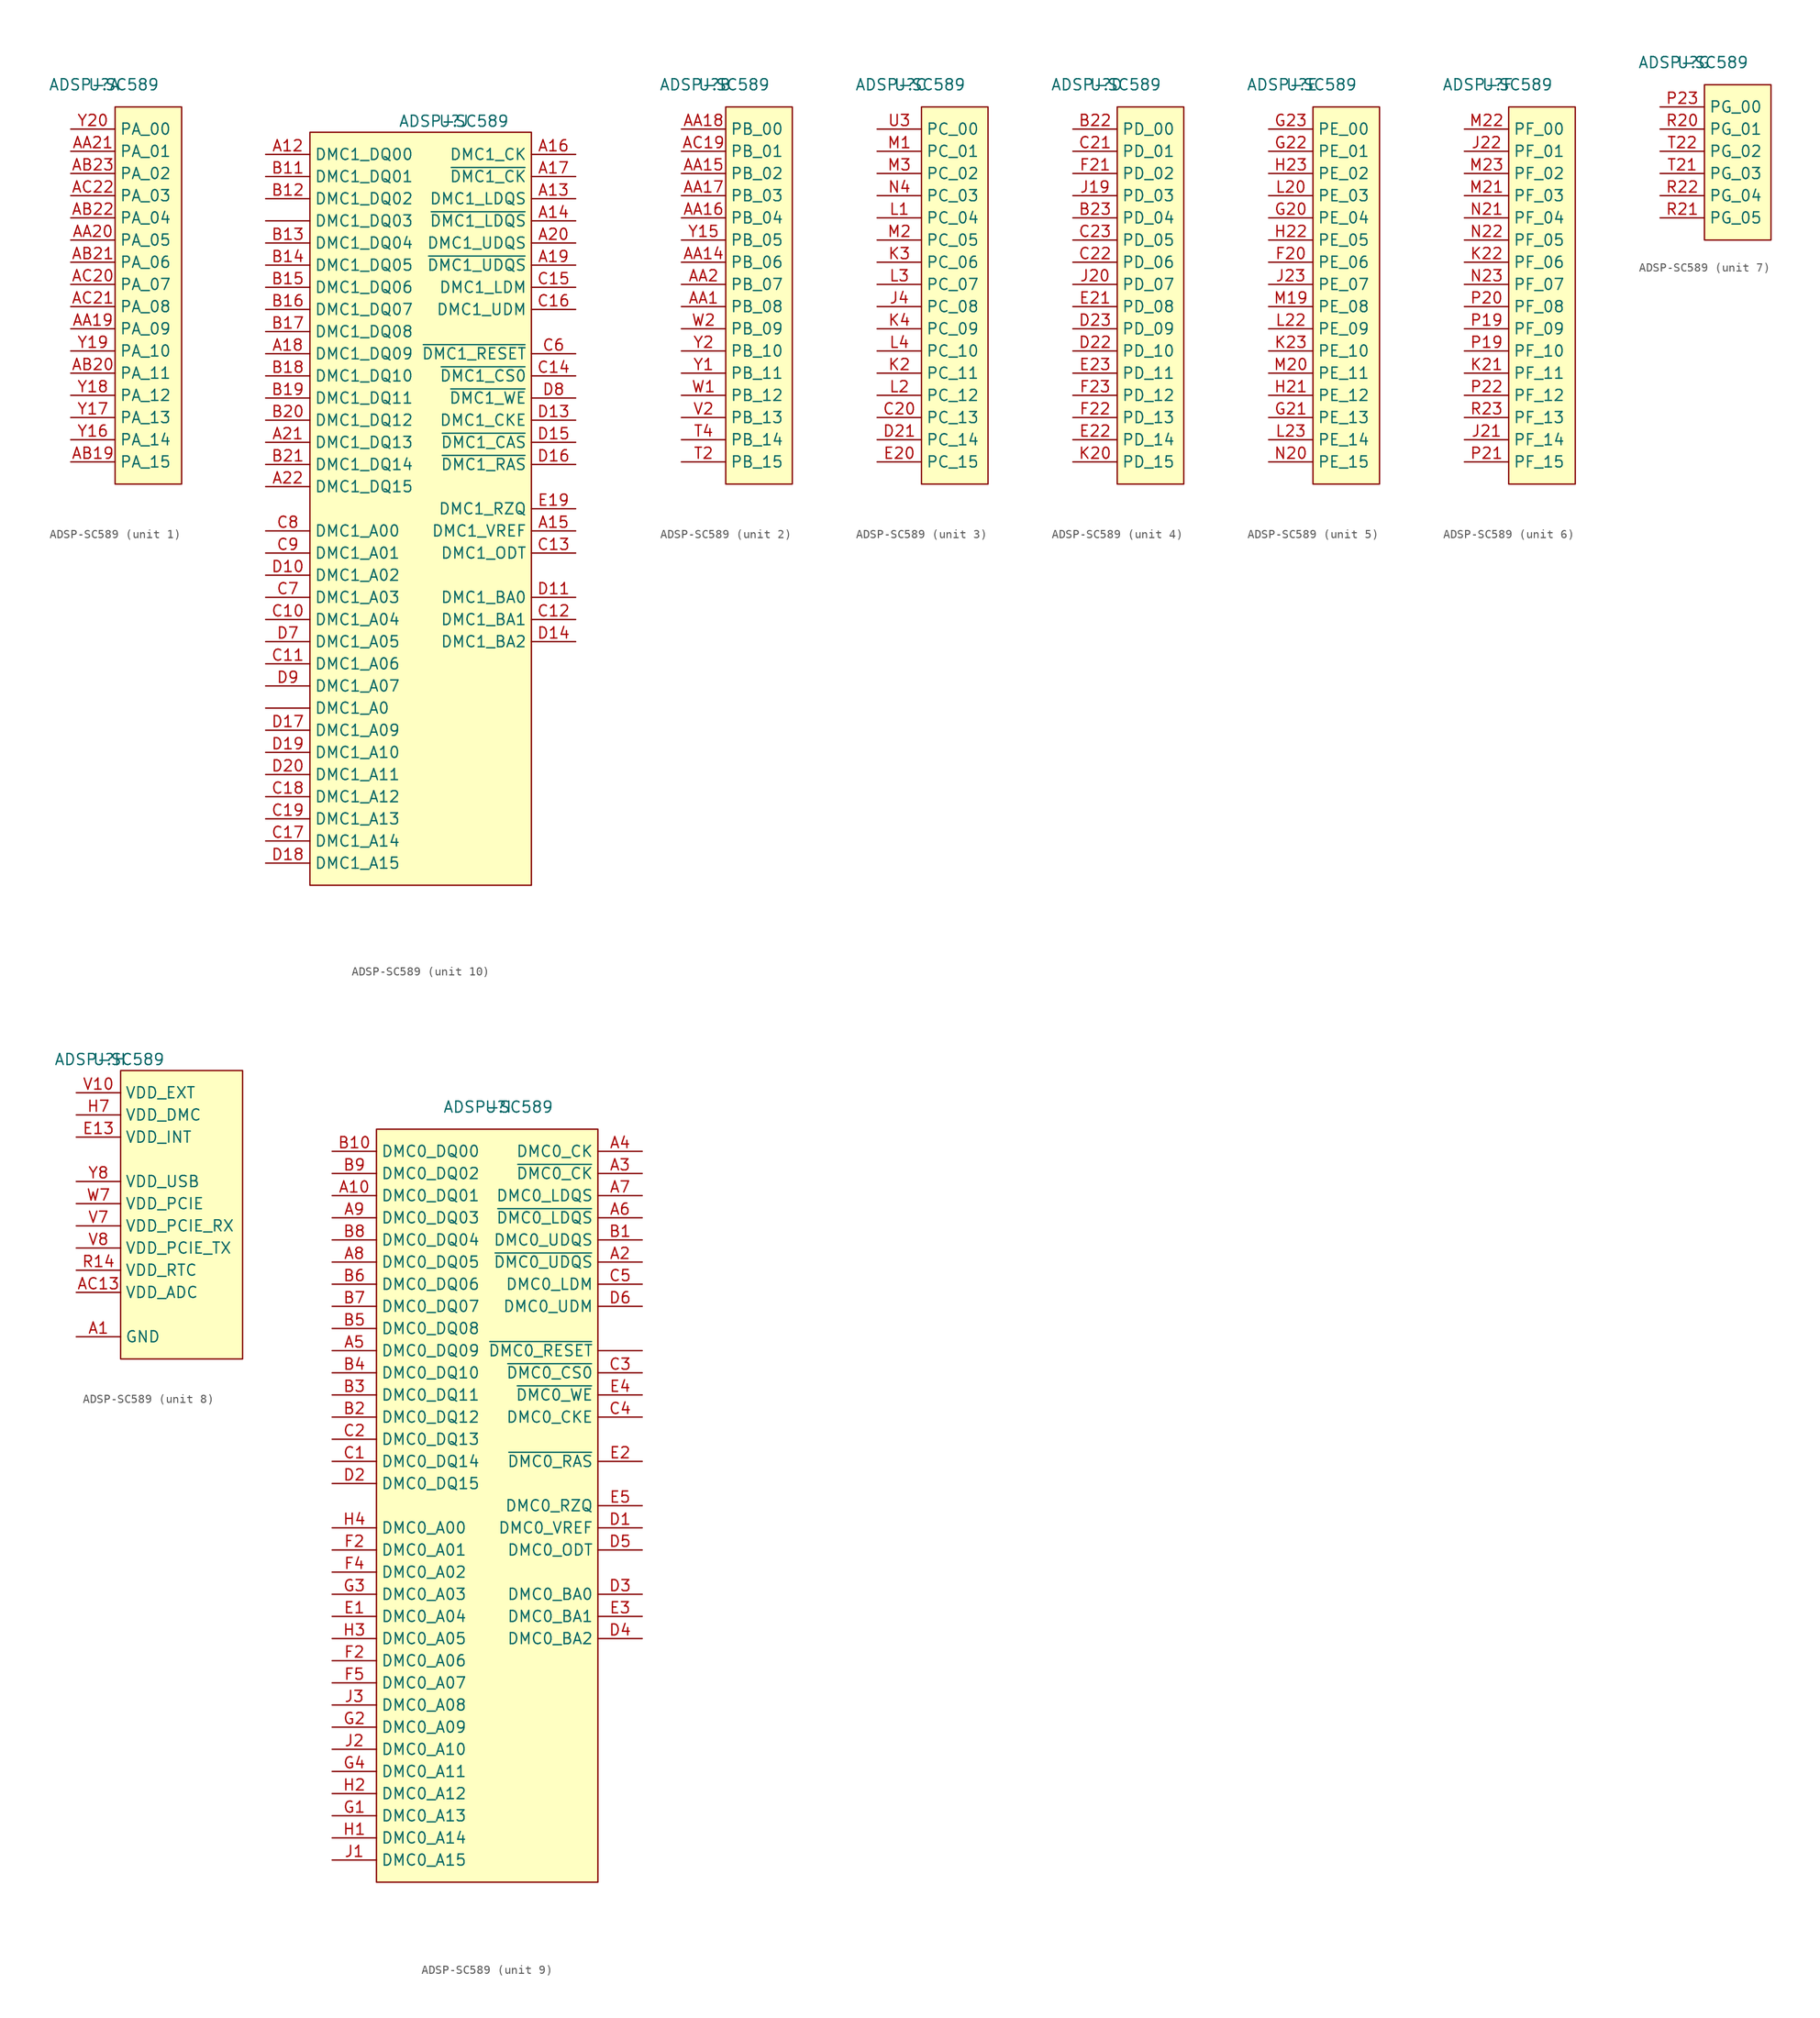
<source format=kicad_sym>
(kicad_symbol_lib
  (version 20231120)
  (generator "kicad_symbol_editor")
  (generator_version "8.0")
  (symbol "ADSP-SC589"
    (property "Reference" "U"
      (at 0 0 0)
      (effects (font (size 1.27 1.27))))
    (property "Value" "ADSP-SC589"
      (at 0 0 0)
      (effects (font (size 1.27 1.27))))
    (property "ki_locked" ""
      (at 0 0 0)
      (effects (font (size 1.27 1.27))))
    (symbol "ADSP-SC589_1_1"
      (rectangle (start 1.27 -2.54) (end 8.89 -45.72) (stroke (width 0.152) (type default)) (fill (type background)))
      (pin passive line (at -3.81 -27.94 0) (length 5.08) (name "PA_09" (effects (font (size 1.27 1.27)))) (number "AA19" (effects (font (size 1.27 1.27)))))
      (pin passive line (at -3.81 -17.78 0) (length 5.08) (name "PA_05" (effects (font (size 1.27 1.27)))) (number "AA20" (effects (font (size 1.27 1.27)))))
      (pin passive line (at -3.81 -7.62 0) (length 5.08) (name "PA_01" (effects (font (size 1.27 1.27)))) (number "AA21" (effects (font (size 1.27 1.27)))))
      (pin passive line (at -3.81 -43.18 0) (length 5.08) (name "PA_15" (effects (font (size 1.27 1.27)))) (number "AB19" (effects (font (size 1.27 1.27)))))
      (pin passive line (at -3.81 -33.02 0) (length 5.08) (name "PA_11" (effects (font (size 1.27 1.27)))) (number "AB20" (effects (font (size 1.27 1.27)))))
      (pin passive line (at -3.81 -20.32 0) (length 5.08) (name "PA_06" (effects (font (size 1.27 1.27)))) (number "AB21" (effects (font (size 1.27 1.27)))))
      (pin passive line (at -3.81 -15.24 0) (length 5.08) (name "PA_04" (effects (font (size 1.27 1.27)))) (number "AB22" (effects (font (size 1.27 1.27)))))
      (pin passive line (at -3.81 -10.16 0) (length 5.08) (name "PA_02" (effects (font (size 1.27 1.27)))) (number "AB23" (effects (font (size 1.27 1.27)))))
      (pin passive line (at -3.81 -22.86 0) (length 5.08) (name "PA_07" (effects (font (size 1.27 1.27)))) (number "AC20" (effects (font (size 1.27 1.27)))))
      (pin passive line (at -3.81 -25.4 0) (length 5.08) (name "PA_08" (effects (font (size 1.27 1.27)))) (number "AC21" (effects (font (size 1.27 1.27)))))
      (pin passive line (at -3.81 -12.7 0) (length 5.08) (name "PA_03" (effects (font (size 1.27 1.27)))) (number "AC22" (effects (font (size 1.27 1.27)))))
      (pin passive line (at -3.81 -40.64 0) (length 5.08) (name "PA_14" (effects (font (size 1.27 1.27)))) (number "Y16" (effects (font (size 1.27 1.27)))))
      (pin passive line (at -3.81 -38.1 0) (length 5.08) (name "PA_13" (effects (font (size 1.27 1.27)))) (number "Y17" (effects (font (size 1.27 1.27)))))
      (pin passive line (at -3.81 -35.56 0) (length 5.08) (name "PA_12" (effects (font (size 1.27 1.27)))) (number "Y18" (effects (font (size 1.27 1.27)))))
      (pin passive line (at -3.81 -30.48 0) (length 5.08) (name "PA_10" (effects (font (size 1.27 1.27)))) (number "Y19" (effects (font (size 1.27 1.27)))))
      (pin passive line (at -3.81 -5.08 0) (length 5.08) (name "PA_00" (effects (font (size 1.27 1.27)))) (number "Y20" (effects (font (size 1.27 1.27))))))
    (symbol "ADSP-SC589_2_1"
      (rectangle (start 1.27 -2.54) (end 8.89 -45.72) (stroke (width 0.152) (type default)) (fill (type background)))
      (pin passive line (at -3.81 -25.4 0) (length 5.08) (name "PB_08" (effects (font (size 1.27 1.27)))) (number "AA1" (effects (font (size 1.27 1.27)))))
      (pin passive line (at -3.81 -20.32 0) (length 5.08) (name "PB_06" (effects (font (size 1.27 1.27)))) (number "AA14" (effects (font (size 1.27 1.27)))))
      (pin passive line (at -3.81 -10.16 0) (length 5.08) (name "PB_02" (effects (font (size 1.27 1.27)))) (number "AA15" (effects (font (size 1.27 1.27)))))
      (pin passive line (at -3.81 -15.24 0) (length 5.08) (name "PB_04" (effects (font (size 1.27 1.27)))) (number "AA16" (effects (font (size 1.27 1.27)))))
      (pin passive line (at -3.81 -12.7 0) (length 5.08) (name "PB_03" (effects (font (size 1.27 1.27)))) (number "AA17" (effects (font (size 1.27 1.27)))))
      (pin passive line (at -3.81 -5.08 0) (length 5.08) (name "PB_00" (effects (font (size 1.27 1.27)))) (number "AA18" (effects (font (size 1.27 1.27)))))
      (pin passive line (at -3.81 -22.86 0) (length 5.08) (name "PB_07" (effects (font (size 1.27 1.27)))) (number "AA2" (effects (font (size 1.27 1.27)))))
      (pin passive line (at -3.81 -7.62 0) (length 5.08) (name "PB_01" (effects (font (size 1.27 1.27)))) (number "AC19" (effects (font (size 1.27 1.27)))))
      (pin passive line (at -3.81 -43.18 0) (length 5.08) (name "PB_15" (effects (font (size 1.27 1.27)))) (number "T2" (effects (font (size 1.27 1.27)))))
      (pin passive line (at -3.81 -40.64 0) (length 5.08) (name "PB_14" (effects (font (size 1.27 1.27)))) (number "T4" (effects (font (size 1.27 1.27)))))
      (pin passive line (at -3.81 -38.1 0) (length 5.08) (name "PB_13" (effects (font (size 1.27 1.27)))) (number "V2" (effects (font (size 1.27 1.27)))))
      (pin passive line (at -3.81 -35.56 0) (length 5.08) (name "PB_12" (effects (font (size 1.27 1.27)))) (number "W1" (effects (font (size 1.27 1.27)))))
      (pin passive line (at -3.81 -27.94 0) (length 5.08) (name "PB_09" (effects (font (size 1.27 1.27)))) (number "W2" (effects (font (size 1.27 1.27)))))
      (pin passive line (at -3.81 -33.02 0) (length 5.08) (name "PB_11" (effects (font (size 1.27 1.27)))) (number "Y1" (effects (font (size 1.27 1.27)))))
      (pin passive line (at -3.81 -17.78 0) (length 5.08) (name "PB_05" (effects (font (size 1.27 1.27)))) (number "Y15" (effects (font (size 1.27 1.27)))))
      (pin passive line (at -3.81 -30.48 0) (length 5.08) (name "PB_10" (effects (font (size 1.27 1.27)))) (number "Y2" (effects (font (size 1.27 1.27))))))
    (symbol "ADSP-SC589_3_1"
      (rectangle (start 1.27 -2.54) (end 8.89 -45.72) (stroke (width 0.152) (type default)) (fill (type background)))
      (pin passive line (at -3.81 -38.1 0) (length 5.08) (name "PC_13" (effects (font (size 1.27 1.27)))) (number "C20" (effects (font (size 1.27 1.27)))))
      (pin passive line (at -3.81 -40.64 0) (length 5.08) (name "PC_14" (effects (font (size 1.27 1.27)))) (number "D21" (effects (font (size 1.27 1.27)))))
      (pin passive line (at -3.81 -43.18 0) (length 5.08) (name "PC_15" (effects (font (size 1.27 1.27)))) (number "E20" (effects (font (size 1.27 1.27)))))
      (pin passive line (at -3.81 -25.4 0) (length 5.08) (name "PC_08" (effects (font (size 1.27 1.27)))) (number "J4" (effects (font (size 1.27 1.27)))))
      (pin passive line (at -3.81 -33.02 0) (length 5.08) (name "PC_11" (effects (font (size 1.27 1.27)))) (number "K2" (effects (font (size 1.27 1.27)))))
      (pin passive line (at -3.81 -20.32 0) (length 5.08) (name "PC_06" (effects (font (size 1.27 1.27)))) (number "K3" (effects (font (size 1.27 1.27)))))
      (pin passive line (at -3.81 -27.94 0) (length 5.08) (name "PC_09" (effects (font (size 1.27 1.27)))) (number "K4" (effects (font (size 1.27 1.27)))))
      (pin passive line (at -3.81 -15.24 0) (length 5.08) (name "PC_04" (effects (font (size 1.27 1.27)))) (number "L1" (effects (font (size 1.27 1.27)))))
      (pin passive line (at -3.81 -35.56 0) (length 5.08) (name "PC_12" (effects (font (size 1.27 1.27)))) (number "L2" (effects (font (size 1.27 1.27)))))
      (pin passive line (at -3.81 -22.86 0) (length 5.08) (name "PC_07" (effects (font (size 1.27 1.27)))) (number "L3" (effects (font (size 1.27 1.27)))))
      (pin passive line (at -3.81 -30.48 0) (length 5.08) (name "PC_10" (effects (font (size 1.27 1.27)))) (number "L4" (effects (font (size 1.27 1.27)))))
      (pin passive line (at -3.81 -7.62 0) (length 5.08) (name "PC_01" (effects (font (size 1.27 1.27)))) (number "M1" (effects (font (size 1.27 1.27)))))
      (pin passive line (at -3.81 -17.78 0) (length 5.08) (name "PC_05" (effects (font (size 1.27 1.27)))) (number "M2" (effects (font (size 1.27 1.27)))))
      (pin passive line (at -3.81 -10.16 0) (length 5.08) (name "PC_02" (effects (font (size 1.27 1.27)))) (number "M3" (effects (font (size 1.27 1.27)))))
      (pin passive line (at -3.81 -12.7 0) (length 5.08) (name "PC_03" (effects (font (size 1.27 1.27)))) (number "N4" (effects (font (size 1.27 1.27)))))
      (pin passive line (at -3.81 -5.08 0) (length 5.08) (name "PC_00" (effects (font (size 1.27 1.27)))) (number "U3" (effects (font (size 1.27 1.27))))))
    (symbol "ADSP-SC589_4_1"
      (rectangle (start 1.27 -2.54) (end 8.89 -45.72) (stroke (width 0.152) (type default)) (fill (type background)))
      (pin passive line (at -3.81 -5.08 0) (length 5.08) (name "PD_00" (effects (font (size 1.27 1.27)))) (number "B22" (effects (font (size 1.27 1.27)))))
      (pin passive line (at -3.81 -15.24 0) (length 5.08) (name "PD_04" (effects (font (size 1.27 1.27)))) (number "B23" (effects (font (size 1.27 1.27)))))
      (pin passive line (at -3.81 -7.62 0) (length 5.08) (name "PD_01" (effects (font (size 1.27 1.27)))) (number "C21" (effects (font (size 1.27 1.27)))))
      (pin passive line (at -3.81 -20.32 0) (length 5.08) (name "PD_06" (effects (font (size 1.27 1.27)))) (number "C22" (effects (font (size 1.27 1.27)))))
      (pin passive line (at -3.81 -17.78 0) (length 5.08) (name "PD_05" (effects (font (size 1.27 1.27)))) (number "C23" (effects (font (size 1.27 1.27)))))
      (pin passive line (at -3.81 -30.48 0) (length 5.08) (name "PD_10" (effects (font (size 1.27 1.27)))) (number "D22" (effects (font (size 1.27 1.27)))))
      (pin passive line (at -3.81 -27.94 0) (length 5.08) (name "PD_09" (effects (font (size 1.27 1.27)))) (number "D23" (effects (font (size 1.27 1.27)))))
      (pin passive line (at -3.81 -25.4 0) (length 5.08) (name "PD_08" (effects (font (size 1.27 1.27)))) (number "E21" (effects (font (size 1.27 1.27)))))
      (pin passive line (at -3.81 -40.64 0) (length 5.08) (name "PD_14" (effects (font (size 1.27 1.27)))) (number "E22" (effects (font (size 1.27 1.27)))))
      (pin passive line (at -3.81 -33.02 0) (length 5.08) (name "PD_11" (effects (font (size 1.27 1.27)))) (number "E23" (effects (font (size 1.27 1.27)))))
      (pin passive line (at -3.81 -10.16 0) (length 5.08) (name "PD_02" (effects (font (size 1.27 1.27)))) (number "F21" (effects (font (size 1.27 1.27)))))
      (pin passive line (at -3.81 -38.1 0) (length 5.08) (name "PD_13" (effects (font (size 1.27 1.27)))) (number "F22" (effects (font (size 1.27 1.27)))))
      (pin passive line (at -3.81 -35.56 0) (length 5.08) (name "PD_12" (effects (font (size 1.27 1.27)))) (number "F23" (effects (font (size 1.27 1.27)))))
      (pin passive line (at -3.81 -12.7 0) (length 5.08) (name "PD_03" (effects (font (size 1.27 1.27)))) (number "J19" (effects (font (size 1.27 1.27)))))
      (pin passive line (at -3.81 -22.86 0) (length 5.08) (name "PD_07" (effects (font (size 1.27 1.27)))) (number "J20" (effects (font (size 1.27 1.27)))))
      (pin passive line (at -3.81 -43.18 0) (length 5.08) (name "PD_15" (effects (font (size 1.27 1.27)))) (number "K20" (effects (font (size 1.27 1.27))))))
    (symbol "ADSP-SC589_5_1"
      (rectangle (start 1.27 -2.54) (end 8.89 -45.72) (stroke (width 0.152) (type default)) (fill (type background)))
      (pin passive line (at -3.81 -20.32 0) (length 5.08) (name "PE_06" (effects (font (size 1.27 1.27)))) (number "F20" (effects (font (size 1.27 1.27)))))
      (pin passive line (at -3.81 -15.24 0) (length 5.08) (name "PE_04" (effects (font (size 1.27 1.27)))) (number "G20" (effects (font (size 1.27 1.27)))))
      (pin passive line (at -3.81 -38.1 0) (length 5.08) (name "PE_13" (effects (font (size 1.27 1.27)))) (number "G21" (effects (font (size 1.27 1.27)))))
      (pin passive line (at -3.81 -7.62 0) (length 5.08) (name "PE_01" (effects (font (size 1.27 1.27)))) (number "G22" (effects (font (size 1.27 1.27)))))
      (pin passive line (at -3.81 -5.08 0) (length 5.08) (name "PE_00" (effects (font (size 1.27 1.27)))) (number "G23" (effects (font (size 1.27 1.27)))))
      (pin passive line (at -3.81 -35.56 0) (length 5.08) (name "PE_12" (effects (font (size 1.27 1.27)))) (number "H21" (effects (font (size 1.27 1.27)))))
      (pin passive line (at -3.81 -17.78 0) (length 5.08) (name "PE_05" (effects (font (size 1.27 1.27)))) (number "H22" (effects (font (size 1.27 1.27)))))
      (pin passive line (at -3.81 -10.16 0) (length 5.08) (name "PE_02" (effects (font (size 1.27 1.27)))) (number "H23" (effects (font (size 1.27 1.27)))))
      (pin passive line (at -3.81 -22.86 0) (length 5.08) (name "PE_07" (effects (font (size 1.27 1.27)))) (number "J23" (effects (font (size 1.27 1.27)))))
      (pin passive line (at -3.81 -30.48 0) (length 5.08) (name "PE_10" (effects (font (size 1.27 1.27)))) (number "K23" (effects (font (size 1.27 1.27)))))
      (pin passive line (at -3.81 -12.7 0) (length 5.08) (name "PE_03" (effects (font (size 1.27 1.27)))) (number "L20" (effects (font (size 1.27 1.27)))))
      (pin passive line (at -3.81 -27.94 0) (length 5.08) (name "PE_09" (effects (font (size 1.27 1.27)))) (number "L22" (effects (font (size 1.27 1.27)))))
      (pin passive line (at -3.81 -40.64 0) (length 5.08) (name "PE_14" (effects (font (size 1.27 1.27)))) (number "L23" (effects (font (size 1.27 1.27)))))
      (pin passive line (at -3.81 -25.4 0) (length 5.08) (name "PE_08" (effects (font (size 1.27 1.27)))) (number "M19" (effects (font (size 1.27 1.27)))))
      (pin passive line (at -3.81 -33.02 0) (length 5.08) (name "PE_11" (effects (font (size 1.27 1.27)))) (number "M20" (effects (font (size 1.27 1.27)))))
      (pin passive line (at -3.81 -43.18 0) (length 5.08) (name "PE_15" (effects (font (size 1.27 1.27)))) (number "N20" (effects (font (size 1.27 1.27))))))
    (symbol "ADSP-SC589_6_1"
      (rectangle (start 1.27 -2.54) (end 8.89 -45.72) (stroke (width 0.152) (type default)) (fill (type background)))
      (pin passive line (at -3.81 -40.64 0) (length 5.08) (name "PF_14" (effects (font (size 1.27 1.27)))) (number "J21" (effects (font (size 1.27 1.27)))))
      (pin passive line (at -3.81 -7.62 0) (length 5.08) (name "PF_01" (effects (font (size 1.27 1.27)))) (number "J22" (effects (font (size 1.27 1.27)))))
      (pin passive line (at -3.81 -33.02 0) (length 5.08) (name "PF_11" (effects (font (size 1.27 1.27)))) (number "K21" (effects (font (size 1.27 1.27)))))
      (pin passive line (at -3.81 -20.32 0) (length 5.08) (name "PF_06" (effects (font (size 1.27 1.27)))) (number "K22" (effects (font (size 1.27 1.27)))))
      (pin passive line (at -3.81 -12.7 0) (length 5.08) (name "PF_03" (effects (font (size 1.27 1.27)))) (number "M21" (effects (font (size 1.27 1.27)))))
      (pin passive line (at -3.81 -5.08 0) (length 5.08) (name "PF_00" (effects (font (size 1.27 1.27)))) (number "M22" (effects (font (size 1.27 1.27)))))
      (pin passive line (at -3.81 -10.16 0) (length 5.08) (name "PF_02" (effects (font (size 1.27 1.27)))) (number "M23" (effects (font (size 1.27 1.27)))))
      (pin passive line (at -3.81 -15.24 0) (length 5.08) (name "PF_04" (effects (font (size 1.27 1.27)))) (number "N21" (effects (font (size 1.27 1.27)))))
      (pin passive line (at -3.81 -17.78 0) (length 5.08) (name "PF_05" (effects (font (size 1.27 1.27)))) (number "N22" (effects (font (size 1.27 1.27)))))
      (pin passive line (at -3.81 -22.86 0) (length 5.08) (name "PF_07" (effects (font (size 1.27 1.27)))) (number "N23" (effects (font (size 1.27 1.27)))))
      (pin passive line (at -3.81 -27.94 0) (length 5.08) (name "PF_09" (effects (font (size 1.27 1.27)))) (number "P19" (effects (font (size 1.27 1.27)))))
      (pin passive line (at -3.81 -30.48 0) (length 5.08) (name "PF_10" (effects (font (size 1.27 1.27)))) (number "P19" (effects (font (size 1.27 1.27)))))
      (pin passive line (at -3.81 -25.4 0) (length 5.08) (name "PF_08" (effects (font (size 1.27 1.27)))) (number "P20" (effects (font (size 1.27 1.27)))))
      (pin passive line (at -3.81 -43.18 0) (length 5.08) (name "PF_15" (effects (font (size 1.27 1.27)))) (number "P21" (effects (font (size 1.27 1.27)))))
      (pin passive line (at -3.81 -35.56 0) (length 5.08) (name "PF_12" (effects (font (size 1.27 1.27)))) (number "P22" (effects (font (size 1.27 1.27)))))
      (pin passive line (at -3.81 -38.1 0) (length 5.08) (name "PF_13" (effects (font (size 1.27 1.27)))) (number "R23" (effects (font (size 1.27 1.27))))))
    (symbol "ADSP-SC589_7_1"
      (rectangle (start 1.27 -2.54) (end 8.89 -20.32) (stroke (width 0.152) (type default)) (fill (type background)))
      (pin passive line (at -3.81 -5.08 0) (length 5.08) (name "PG_00" (effects (font (size 1.27 1.27)))) (number "P23" (effects (font (size 1.27 1.27)))))
      (pin passive line (at -3.81 -7.62 0) (length 5.08) (name "PG_01" (effects (font (size 1.27 1.27)))) (number "R20" (effects (font (size 1.27 1.27)))))
      (pin passive line (at -3.81 -17.78 0) (length 5.08) (name "PG_05" (effects (font (size 1.27 1.27)))) (number "R21" (effects (font (size 1.27 1.27)))))
      (pin passive line (at -3.81 -15.24 0) (length 5.08) (name "PG_04" (effects (font (size 1.27 1.27)))) (number "R22" (effects (font (size 1.27 1.27)))))
      (pin passive line (at -3.81 -12.7 0) (length 5.08) (name "PG_03" (effects (font (size 1.27 1.27)))) (number "T21" (effects (font (size 1.27 1.27)))))
      (pin passive line (at -3.81 -10.16 0) (length 5.08) (name "PG_02" (effects (font (size 1.27 1.27)))) (number "T22" (effects (font (size 1.27 1.27))))))
    (symbol "ADSP-SC589_8_1"
      (rectangle (start 1.27 -1.27) (end 15.24 -34.29) (stroke (width 0.152) (type default)) (fill (type background)))
      (pin passive line (at -3.81 -31.75 0) (length 5.08) (name "GND" (effects (font (size 1.27 1.27)))) (number "A1" (effects (font (size 1.27 1.27)))))
      (pin passive line (at -3.81 -31.75 0) (length 5.08) hide (name "GND" (effects (font (size 1.27 1.27)))) (number "A23" (effects (font (size 1.27 1.27)))))
      (pin passive line (at -3.81 -31.75 0) (length 5.08) hide (name "GND" (effects (font (size 1.27 1.27)))) (number "AC1" (effects (font (size 1.27 1.27)))))
      (pin passive line (at -3.81 -26.67 0) (length 5.08) (name "VDD_ADC" (effects (font (size 1.27 1.27)))) (number "AC13" (effects (font (size 1.27 1.27)))))
      (pin passive line (at -3.81 -31.75 0) (length 5.08) hide (name "GND" (effects (font (size 1.27 1.27)))) (number "AC14" (effects (font (size 1.27 1.27)))))
      (pin passive line (at -3.81 -31.75 0) (length 5.08) hide (name "GND" (effects (font (size 1.27 1.27)))) (number "AC23" (effects (font (size 1.27 1.27)))))
      (pin passive line (at -3.81 -8.89 0) (length 5.08) hide (name "VDD_INT" (effects (font (size 1.27 1.27)))) (number "E10" (effects (font (size 1.27 1.27)))))
      (pin passive line (at -3.81 -8.89 0) (length 5.08) hide (name "VDD_INT" (effects (font (size 1.27 1.27)))) (number "E11" (effects (font (size 1.27 1.27)))))
      (pin passive line (at -3.81 -8.89 0) (length 5.08) hide (name "VDD_INT" (effects (font (size 1.27 1.27)))) (number "E12" (effects (font (size 1.27 1.27)))))
      (pin passive line (at -3.81 -8.89 0) (length 5.08) (name "VDD_INT" (effects (font (size 1.27 1.27)))) (number "E13" (effects (font (size 1.27 1.27)))))
      (pin passive line (at -3.81 -8.89 0) (length 5.08) hide (name "VDD_INT" (effects (font (size 1.27 1.27)))) (number "E14" (effects (font (size 1.27 1.27)))))
      (pin passive line (at -3.81 -8.89 0) (length 5.08) hide (name "VDD_INT" (effects (font (size 1.27 1.27)))) (number "E15" (effects (font (size 1.27 1.27)))))
      (pin passive line (at -3.81 -8.89 0) (length 5.08) hide (name "VDD_INT" (effects (font (size 1.27 1.27)))) (number "E16" (effects (font (size 1.27 1.27)))))
      (pin passive line (at -3.81 -8.89 0) (length 5.08) hide (name "VDD_INT" (effects (font (size 1.27 1.27)))) (number "E17" (effects (font (size 1.27 1.27)))))
      (pin passive line (at -3.81 -8.89 0) (length 5.08) hide (name "VDD_INT" (effects (font (size 1.27 1.27)))) (number "E18" (effects (font (size 1.27 1.27)))))
      (pin passive line (at -3.81 -31.75 0) (length 5.08) hide (name "GND" (effects (font (size 1.27 1.27)))) (number "E6" (effects (font (size 1.27 1.27)))))
      (pin passive line (at -3.81 -31.75 0) (length 5.08) hide (name "GND" (effects (font (size 1.27 1.27)))) (number "E7" (effects (font (size 1.27 1.27)))))
      (pin passive line (at -3.81 -31.75 0) (length 5.08) hide (name "GND" (effects (font (size 1.27 1.27)))) (number "E8" (effects (font (size 1.27 1.27)))))
      (pin passive line (at -3.81 -31.75 0) (length 5.08) hide (name "GND" (effects (font (size 1.27 1.27)))) (number "E9" (effects (font (size 1.27 1.27)))))
      (pin passive line (at -3.81 -8.89 0) (length 5.08) hide (name "VDD_INT" (effects (font (size 1.27 1.27)))) (number "F10" (effects (font (size 1.27 1.27)))))
      (pin passive line (at -3.81 -8.89 0) (length 5.08) hide (name "VDD_INT" (effects (font (size 1.27 1.27)))) (number "F11" (effects (font (size 1.27 1.27)))))
      (pin passive line (at -3.81 -8.89 0) (length 5.08) hide (name "VDD_INT" (effects (font (size 1.27 1.27)))) (number "F12" (effects (font (size 1.27 1.27)))))
      (pin passive line (at -3.81 -8.89 0) (length 5.08) hide (name "VDD_INT" (effects (font (size 1.27 1.27)))) (number "F13" (effects (font (size 1.27 1.27)))))
      (pin passive line (at -3.81 -8.89 0) (length 5.08) hide (name "VDD_INT" (effects (font (size 1.27 1.27)))) (number "F14" (effects (font (size 1.27 1.27)))))
      (pin passive line (at -3.81 -8.89 0) (length 5.08) hide (name "VDD_INT" (effects (font (size 1.27 1.27)))) (number "F15" (effects (font (size 1.27 1.27)))))
      (pin passive line (at -3.81 -31.75 0) (length 5.08) hide (name "GND" (effects (font (size 1.27 1.27)))) (number "F16" (effects (font (size 1.27 1.27)))))
      (pin passive line (at -3.81 -8.89 0) (length 5.08) hide (name "VDD_INT" (effects (font (size 1.27 1.27)))) (number "F16" (effects (font (size 1.27 1.27)))))
      (pin passive line (at -3.81 -8.89 0) (length 5.08) hide (name "VDD_INT" (effects (font (size 1.27 1.27)))) (number "F17" (effects (font (size 1.27 1.27)))))
      (pin passive line (at -3.81 -8.89 0) (length 5.08) hide (name "VDD_INT" (effects (font (size 1.27 1.27)))) (number "F18" (effects (font (size 1.27 1.27)))))
      (pin passive line (at -3.81 -8.89 0) (length 5.08) hide (name "VDD_INT" (effects (font (size 1.27 1.27)))) (number "F19" (effects (font (size 1.27 1.27)))))
      (pin passive line (at -3.81 -31.75 0) (length 5.08) hide (name "GND" (effects (font (size 1.27 1.27)))) (number "F6" (effects (font (size 1.27 1.27)))))
      (pin passive line (at -3.81 -8.89 0) (length 5.08) hide (name "VDD_INT" (effects (font (size 1.27 1.27)))) (number "F7" (effects (font (size 1.27 1.27)))))
      (pin passive line (at -3.81 -8.89 0) (length 5.08) hide (name "VDD_INT" (effects (font (size 1.27 1.27)))) (number "F8" (effects (font (size 1.27 1.27)))))
      (pin passive line (at -3.81 -31.75 0) (length 5.08) hide (name "GND" (effects (font (size 1.27 1.27)))) (number "F9" (effects (font (size 1.27 1.27)))))
      (pin passive line (at -3.81 -6.35 0) (length 5.08) hide (name "VDD_DMC" (effects (font (size 1.27 1.27)))) (number "G10" (effects (font (size 1.27 1.27)))))
      (pin passive line (at -3.81 -6.35 0) (length 5.08) hide (name "VDD_DMC" (effects (font (size 1.27 1.27)))) (number "G11" (effects (font (size 1.27 1.27)))))
      (pin passive line (at -3.81 -6.35 0) (length 5.08) hide (name "VDD_DMC" (effects (font (size 1.27 1.27)))) (number "G12" (effects (font (size 1.27 1.27)))))
      (pin passive line (at -3.81 -6.35 0) (length 5.08) hide (name "VDD_DMC" (effects (font (size 1.27 1.27)))) (number "G13" (effects (font (size 1.27 1.27)))))
      (pin passive line (at -3.81 -6.35 0) (length 5.08) hide (name "VDD_DMC" (effects (font (size 1.27 1.27)))) (number "G14" (effects (font (size 1.27 1.27)))))
      (pin passive line (at -3.81 -6.35 0) (length 5.08) hide (name "VDD_DMC" (effects (font (size 1.27 1.27)))) (number "G15" (effects (font (size 1.27 1.27)))))
      (pin passive line (at -3.81 -6.35 0) (length 5.08) hide (name "VDD_DMC" (effects (font (size 1.27 1.27)))) (number "G16" (effects (font (size 1.27 1.27)))))
      (pin passive line (at -3.81 -6.35 0) (length 5.08) hide (name "VDD_DMC" (effects (font (size 1.27 1.27)))) (number "G17" (effects (font (size 1.27 1.27)))))
      (pin passive line (at -3.81 -6.35 0) (length 5.08) hide (name "VDD_DMC" (effects (font (size 1.27 1.27)))) (number "G18" (effects (font (size 1.27 1.27)))))
      (pin passive line (at -3.81 -8.89 0) (length 5.08) hide (name "VDD_INT" (effects (font (size 1.27 1.27)))) (number "G19" (effects (font (size 1.27 1.27)))))
      (pin passive line (at -3.81 -8.89 0) (length 5.08) hide (name "VDD_INT" (effects (font (size 1.27 1.27)))) (number "G5" (effects (font (size 1.27 1.27)))))
      (pin passive line (at -3.81 -6.35 0) (length 5.08) hide (name "VDD_DMC" (effects (font (size 1.27 1.27)))) (number "G6" (effects (font (size 1.27 1.27)))))
      (pin passive line (at -3.81 -6.35 0) (length 5.08) hide (name "VDD_DMC" (effects (font (size 1.27 1.27)))) (number "G7" (effects (font (size 1.27 1.27)))))
      (pin passive line (at -3.81 -6.35 0) (length 5.08) hide (name "VDD_DMC" (effects (font (size 1.27 1.27)))) (number "G8" (effects (font (size 1.27 1.27)))))
      (pin passive line (at -3.81 -6.35 0) (length 5.08) hide (name "VDD_DMC" (effects (font (size 1.27 1.27)))) (number "G9" (effects (font (size 1.27 1.27)))))
      (pin passive line (at -3.81 -6.35 0) (length 5.08) hide (name "VDD_DMC" (effects (font (size 1.27 1.27)))) (number "H10" (effects (font (size 1.27 1.27)))))
      (pin passive line (at -3.81 -6.35 0) (length 5.08) hide (name "VDD_DMC" (effects (font (size 1.27 1.27)))) (number "H11" (effects (font (size 1.27 1.27)))))
      (pin passive line (at -3.81 -6.35 0) (length 5.08) hide (name "VDD_DMC" (effects (font (size 1.27 1.27)))) (number "H12" (effects (font (size 1.27 1.27)))))
      (pin passive line (at -3.81 -6.35 0) (length 5.08) hide (name "VDD_DMC" (effects (font (size 1.27 1.27)))) (number "H13" (effects (font (size 1.27 1.27)))))
      (pin passive line (at -3.81 -6.35 0) (length 5.08) hide (name "VDD_DMC" (effects (font (size 1.27 1.27)))) (number "H14" (effects (font (size 1.27 1.27)))))
      (pin passive line (at -3.81 -6.35 0) (length 5.08) hide (name "VDD_DMC" (effects (font (size 1.27 1.27)))) (number "H15" (effects (font (size 1.27 1.27)))))
      (pin passive line (at -3.81 -6.35 0) (length 5.08) hide (name "VDD_DMC" (effects (font (size 1.27 1.27)))) (number "H16" (effects (font (size 1.27 1.27)))))
      (pin passive line (at -3.81 -6.35 0) (length 5.08) hide (name "VDD_DMC" (effects (font (size 1.27 1.27)))) (number "H17" (effects (font (size 1.27 1.27)))))
      (pin passive line (at -3.81 -6.35 0) (length 5.08) hide (name "VDD_DMC" (effects (font (size 1.27 1.27)))) (number "H18" (effects (font (size 1.27 1.27)))))
      (pin passive line (at -3.81 -8.89 0) (length 5.08) hide (name "VDD_INT" (effects (font (size 1.27 1.27)))) (number "H19" (effects (font (size 1.27 1.27)))))
      (pin passive line (at -3.81 -8.89 0) (length 5.08) hide (name "VDD_INT" (effects (font (size 1.27 1.27)))) (number "H5" (effects (font (size 1.27 1.27)))))
      (pin passive line (at -3.81 -6.35 0) (length 5.08) hide (name "VDD_DMC" (effects (font (size 1.27 1.27)))) (number "H6" (effects (font (size 1.27 1.27)))))
      (pin passive line (at -3.81 -6.35 0) (length 5.08) (name "VDD_DMC" (effects (font (size 1.27 1.27)))) (number "H7" (effects (font (size 1.27 1.27)))))
      (pin passive line (at -3.81 -6.35 0) (length 5.08) hide (name "VDD_DMC" (effects (font (size 1.27 1.27)))) (number "H8" (effects (font (size 1.27 1.27)))))
      (pin passive line (at -3.81 -6.35 0) (length 5.08) hide (name "VDD_DMC" (effects (font (size 1.27 1.27)))) (number "H9" (effects (font (size 1.27 1.27)))))
      (pin passive line (at -3.81 -31.75 0) (length 5.08) hide (name "GND" (effects (font (size 1.27 1.27)))) (number "J10" (effects (font (size 1.27 1.27)))))
      (pin passive line (at -3.81 -31.75 0) (length 5.08) hide (name "GND" (effects (font (size 1.27 1.27)))) (number "J11" (effects (font (size 1.27 1.27)))))
      (pin passive line (at -3.81 -31.75 0) (length 5.08) hide (name "GND" (effects (font (size 1.27 1.27)))) (number "J12" (effects (font (size 1.27 1.27)))))
      (pin passive line (at -3.81 -31.75 0) (length 5.08) hide (name "GND" (effects (font (size 1.27 1.27)))) (number "J13" (effects (font (size 1.27 1.27)))))
      (pin passive line (at -3.81 -31.75 0) (length 5.08) hide (name "GND" (effects (font (size 1.27 1.27)))) (number "J14" (effects (font (size 1.27 1.27)))))
      (pin passive line (at -3.81 -31.75 0) (length 5.08) hide (name "GND" (effects (font (size 1.27 1.27)))) (number "J15" (effects (font (size 1.27 1.27)))))
      (pin passive line (at -3.81 -31.75 0) (length 5.08) hide (name "GND" (effects (font (size 1.27 1.27)))) (number "J16" (effects (font (size 1.27 1.27)))))
      (pin passive line (at -3.81 -31.75 0) (length 5.08) hide (name "GND" (effects (font (size 1.27 1.27)))) (number "J17" (effects (font (size 1.27 1.27)))))
      (pin passive line (at -3.81 -3.81 0) (length 5.08) hide (name "VDD_EXT" (effects (font (size 1.27 1.27)))) (number "J18" (effects (font (size 1.27 1.27)))))
      (pin passive line (at -3.81 -8.89 0) (length 5.08) hide (name "VDD_INT" (effects (font (size 1.27 1.27)))) (number "J5" (effects (font (size 1.27 1.27)))))
      (pin passive line (at -3.81 -6.35 0) (length 5.08) hide (name "VDD_DMC" (effects (font (size 1.27 1.27)))) (number "J6" (effects (font (size 1.27 1.27)))))
      (pin passive line (at -3.81 -31.75 0) (length 5.08) hide (name "GND" (effects (font (size 1.27 1.27)))) (number "J7" (effects (font (size 1.27 1.27)))))
      (pin passive line (at -3.81 -31.75 0) (length 5.08) hide (name "GND" (effects (font (size 1.27 1.27)))) (number "J8" (effects (font (size 1.27 1.27)))))
      (pin passive line (at -3.81 -31.75 0) (length 5.08) hide (name "GND" (effects (font (size 1.27 1.27)))) (number "J9" (effects (font (size 1.27 1.27)))))
      (pin passive line (at -3.81 -31.75 0) (length 5.08) hide (name "GND" (effects (font (size 1.27 1.27)))) (number "K10" (effects (font (size 1.27 1.27)))))
      (pin passive line (at -3.81 -31.75 0) (length 5.08) hide (name "GND" (effects (font (size 1.27 1.27)))) (number "K11" (effects (font (size 1.27 1.27)))))
      (pin passive line (at -3.81 -31.75 0) (length 5.08) hide (name "GND" (effects (font (size 1.27 1.27)))) (number "K12" (effects (font (size 1.27 1.27)))))
      (pin passive line (at -3.81 -31.75 0) (length 5.08) hide (name "GND" (effects (font (size 1.27 1.27)))) (number "K13" (effects (font (size 1.27 1.27)))))
      (pin passive line (at -3.81 -31.75 0) (length 5.08) hide (name "GND" (effects (font (size 1.27 1.27)))) (number "K14" (effects (font (size 1.27 1.27)))))
      (pin passive line (at -3.81 -31.75 0) (length 5.08) hide (name "GND" (effects (font (size 1.27 1.27)))) (number "K15" (effects (font (size 1.27 1.27)))))
      (pin passive line (at -3.81 -31.75 0) (length 5.08) hide (name "GND" (effects (font (size 1.27 1.27)))) (number "K16" (effects (font (size 1.27 1.27)))))
      (pin passive line (at -3.81 -31.75 0) (length 5.08) hide (name "GND" (effects (font (size 1.27 1.27)))) (number "K17" (effects (font (size 1.27 1.27)))))
      (pin passive line (at -3.81 -3.81 0) (length 5.08) hide (name "VDD_EXT" (effects (font (size 1.27 1.27)))) (number "K18" (effects (font (size 1.27 1.27)))))
      (pin passive line (at -3.81 -8.89 0) (length 5.08) hide (name "VDD_INT" (effects (font (size 1.27 1.27)))) (number "K19" (effects (font (size 1.27 1.27)))))
      (pin passive line (at -3.81 -8.89 0) (length 5.08) hide (name "VDD_INT" (effects (font (size 1.27 1.27)))) (number "K5" (effects (font (size 1.27 1.27)))))
      (pin passive line (at -3.81 -6.35 0) (length 5.08) hide (name "VDD_DMC" (effects (font (size 1.27 1.27)))) (number "K6" (effects (font (size 1.27 1.27)))))
      (pin passive line (at -3.81 -31.75 0) (length 5.08) hide (name "GND" (effects (font (size 1.27 1.27)))) (number "K7" (effects (font (size 1.27 1.27)))))
      (pin passive line (at -3.81 -31.75 0) (length 5.08) hide (name "GND" (effects (font (size 1.27 1.27)))) (number "K8" (effects (font (size 1.27 1.27)))))
      (pin passive line (at -3.81 -31.75 0) (length 5.08) hide (name "GND" (effects (font (size 1.27 1.27)))) (number "K9" (effects (font (size 1.27 1.27)))))
      (pin passive line (at -3.81 -31.75 0) (length 5.08) hide (name "GND" (effects (font (size 1.27 1.27)))) (number "L10" (effects (font (size 1.27 1.27)))))
      (pin passive line (at -3.81 -31.75 0) (length 5.08) hide (name "GND" (effects (font (size 1.27 1.27)))) (number "L11" (effects (font (size 1.27 1.27)))))
      (pin passive line (at -3.81 -31.75 0) (length 5.08) hide (name "GND" (effects (font (size 1.27 1.27)))) (number "L12" (effects (font (size 1.27 1.27)))))
      (pin passive line (at -3.81 -31.75 0) (length 5.08) hide (name "GND" (effects (font (size 1.27 1.27)))) (number "L13" (effects (font (size 1.27 1.27)))))
      (pin passive line (at -3.81 -31.75 0) (length 5.08) hide (name "GND" (effects (font (size 1.27 1.27)))) (number "L14" (effects (font (size 1.27 1.27)))))
      (pin passive line (at -3.81 -31.75 0) (length 5.08) hide (name "GND" (effects (font (size 1.27 1.27)))) (number "L15" (effects (font (size 1.27 1.27)))))
      (pin passive line (at -3.81 -31.75 0) (length 5.08) hide (name "GND" (effects (font (size 1.27 1.27)))) (number "L16" (effects (font (size 1.27 1.27)))))
      (pin passive line (at -3.81 -31.75 0) (length 5.08) hide (name "GND" (effects (font (size 1.27 1.27)))) (number "L17" (effects (font (size 1.27 1.27)))))
      (pin passive line (at -3.81 -3.81 0) (length 5.08) hide (name "VDD_EXT" (effects (font (size 1.27 1.27)))) (number "L18" (effects (font (size 1.27 1.27)))))
      (pin passive line (at -3.81 -8.89 0) (length 5.08) hide (name "VDD_INT" (effects (font (size 1.27 1.27)))) (number "L19" (effects (font (size 1.27 1.27)))))
      (pin passive line (at -3.81 -8.89 0) (length 5.08) hide (name "VDD_INT" (effects (font (size 1.27 1.27)))) (number "L5" (effects (font (size 1.27 1.27)))))
      (pin passive line (at -3.81 -6.35 0) (length 5.08) hide (name "VDD_DMC" (effects (font (size 1.27 1.27)))) (number "L6" (effects (font (size 1.27 1.27)))))
      (pin passive line (at -3.81 -31.75 0) (length 5.08) hide (name "GND" (effects (font (size 1.27 1.27)))) (number "L7" (effects (font (size 1.27 1.27)))))
      (pin passive line (at -3.81 -31.75 0) (length 5.08) hide (name "GND" (effects (font (size 1.27 1.27)))) (number "L8" (effects (font (size 1.27 1.27)))))
      (pin passive line (at -3.81 -31.75 0) (length 5.08) hide (name "GND" (effects (font (size 1.27 1.27)))) (number "L9" (effects (font (size 1.27 1.27)))))
      (pin passive line (at -3.81 -31.75 0) (length 5.08) hide (name "GND" (effects (font (size 1.27 1.27)))) (number "M10" (effects (font (size 1.27 1.27)))))
      (pin passive line (at -3.81 -31.75 0) (length 5.08) hide (name "GND" (effects (font (size 1.27 1.27)))) (number "M11" (effects (font (size 1.27 1.27)))))
      (pin passive line (at -3.81 -31.75 0) (length 5.08) hide (name "GND" (effects (font (size 1.27 1.27)))) (number "M12" (effects (font (size 1.27 1.27)))))
      (pin passive line (at -3.81 -31.75 0) (length 5.08) hide (name "GND" (effects (font (size 1.27 1.27)))) (number "M13" (effects (font (size 1.27 1.27)))))
      (pin passive line (at -3.81 -31.75 0) (length 5.08) hide (name "GND" (effects (font (size 1.27 1.27)))) (number "M14" (effects (font (size 1.27 1.27)))))
      (pin passive line (at -3.81 -31.75 0) (length 5.08) hide (name "GND" (effects (font (size 1.27 1.27)))) (number "M15" (effects (font (size 1.27 1.27)))))
      (pin passive line (at -3.81 -31.75 0) (length 5.08) hide (name "GND" (effects (font (size 1.27 1.27)))) (number "M16" (effects (font (size 1.27 1.27)))))
      (pin passive line (at -3.81 -31.75 0) (length 5.08) hide (name "GND" (effects (font (size 1.27 1.27)))) (number "M17" (effects (font (size 1.27 1.27)))))
      (pin passive line (at -3.81 -3.81 0) (length 5.08) hide (name "VDD_EXT" (effects (font (size 1.27 1.27)))) (number "M18" (effects (font (size 1.27 1.27)))))
      (pin passive line (at -3.81 -8.89 0) (length 5.08) hide (name "VDD_INT" (effects (font (size 1.27 1.27)))) (number "M5" (effects (font (size 1.27 1.27)))))
      (pin passive line (at -3.81 -6.35 0) (length 5.08) hide (name "VDD_DMC" (effects (font (size 1.27 1.27)))) (number "M6" (effects (font (size 1.27 1.27)))))
      (pin passive line (at -3.81 -31.75 0) (length 5.08) hide (name "GND" (effects (font (size 1.27 1.27)))) (number "M7" (effects (font (size 1.27 1.27)))))
      (pin passive line (at -3.81 -31.75 0) (length 5.08) hide (name "GND" (effects (font (size 1.27 1.27)))) (number "M8" (effects (font (size 1.27 1.27)))))
      (pin passive line (at -3.81 -31.75 0) (length 5.08) hide (name "GND" (effects (font (size 1.27 1.27)))) (number "M9" (effects (font (size 1.27 1.27)))))
      (pin passive line (at -3.81 -31.75 0) (length 5.08) hide (name "GND" (effects (font (size 1.27 1.27)))) (number "N10" (effects (font (size 1.27 1.27)))))
      (pin passive line (at -3.81 -31.75 0) (length 5.08) hide (name "GND" (effects (font (size 1.27 1.27)))) (number "N11" (effects (font (size 1.27 1.27)))))
      (pin passive line (at -3.81 -31.75 0) (length 5.08) hide (name "GND" (effects (font (size 1.27 1.27)))) (number "N12" (effects (font (size 1.27 1.27)))))
      (pin passive line (at -3.81 -31.75 0) (length 5.08) hide (name "GND" (effects (font (size 1.27 1.27)))) (number "N13" (effects (font (size 1.27 1.27)))))
      (pin passive line (at -3.81 -31.75 0) (length 5.08) hide (name "GND" (effects (font (size 1.27 1.27)))) (number "N14" (effects (font (size 1.27 1.27)))))
      (pin passive line (at -3.81 -31.75 0) (length 5.08) hide (name "GND" (effects (font (size 1.27 1.27)))) (number "N15" (effects (font (size 1.27 1.27)))))
      (pin passive line (at -3.81 -31.75 0) (length 5.08) hide (name "GND" (effects (font (size 1.27 1.27)))) (number "N16" (effects (font (size 1.27 1.27)))))
      (pin passive line (at -3.81 -31.75 0) (length 5.08) hide (name "GND" (effects (font (size 1.27 1.27)))) (number "N17" (effects (font (size 1.27 1.27)))))
      (pin passive line (at -3.81 -3.81 0) (length 5.08) hide (name "VDD_EXT" (effects (font (size 1.27 1.27)))) (number "N18" (effects (font (size 1.27 1.27)))))
      (pin passive line (at -3.81 -8.89 0) (length 5.08) hide (name "VDD_INT" (effects (font (size 1.27 1.27)))) (number "N19" (effects (font (size 1.27 1.27)))))
      (pin passive line (at -3.81 -8.89 0) (length 5.08) hide (name "VDD_INT" (effects (font (size 1.27 1.27)))) (number "N5" (effects (font (size 1.27 1.27)))))
      (pin passive line (at -3.81 -3.81 0) (length 5.08) hide (name "VDD_EXT" (effects (font (size 1.27 1.27)))) (number "N6" (effects (font (size 1.27 1.27)))))
      (pin passive line (at -3.81 -31.75 0) (length 5.08) hide (name "GND" (effects (font (size 1.27 1.27)))) (number "N7" (effects (font (size 1.27 1.27)))))
      (pin passive line (at -3.81 -31.75 0) (length 5.08) hide (name "GND" (effects (font (size 1.27 1.27)))) (number "N8" (effects (font (size 1.27 1.27)))))
      (pin passive line (at -3.81 -31.75 0) (length 5.08) hide (name "GND" (effects (font (size 1.27 1.27)))) (number "N9" (effects (font (size 1.27 1.27)))))
      (pin passive line (at -3.81 -31.75 0) (length 5.08) hide (name "GND" (effects (font (size 1.27 1.27)))) (number "P10" (effects (font (size 1.27 1.27)))))
      (pin passive line (at -3.81 -31.75 0) (length 5.08) hide (name "GND" (effects (font (size 1.27 1.27)))) (number "P11" (effects (font (size 1.27 1.27)))))
      (pin passive line (at -3.81 -31.75 0) (length 5.08) hide (name "GND" (effects (font (size 1.27 1.27)))) (number "P12" (effects (font (size 1.27 1.27)))))
      (pin passive line (at -3.81 -31.75 0) (length 5.08) hide (name "GND" (effects (font (size 1.27 1.27)))) (number "P13" (effects (font (size 1.27 1.27)))))
      (pin passive line (at -3.81 -31.75 0) (length 5.08) hide (name "GND" (effects (font (size 1.27 1.27)))) (number "P14" (effects (font (size 1.27 1.27)))))
      (pin passive line (at -3.81 -31.75 0) (length 5.08) hide (name "GND" (effects (font (size 1.27 1.27)))) (number "P15" (effects (font (size 1.27 1.27)))))
      (pin passive line (at -3.81 -31.75 0) (length 5.08) hide (name "GND" (effects (font (size 1.27 1.27)))) (number "P16" (effects (font (size 1.27 1.27)))))
      (pin passive line (at -3.81 -31.75 0) (length 5.08) hide (name "GND" (effects (font (size 1.27 1.27)))) (number "P17" (effects (font (size 1.27 1.27)))))
      (pin passive line (at -3.81 -3.81 0) (length 5.08) hide (name "VDD_EXT" (effects (font (size 1.27 1.27)))) (number "P18" (effects (font (size 1.27 1.27)))))
      (pin passive line (at -3.81 -8.89 0) (length 5.08) hide (name "VDD_INT" (effects (font (size 1.27 1.27)))) (number "P5" (effects (font (size 1.27 1.27)))))
      (pin passive line (at -3.81 -3.81 0) (length 5.08) hide (name "VDD_EXT" (effects (font (size 1.27 1.27)))) (number "P6" (effects (font (size 1.27 1.27)))))
      (pin passive line (at -3.81 -31.75 0) (length 5.08) hide (name "GND" (effects (font (size 1.27 1.27)))) (number "P7" (effects (font (size 1.27 1.27)))))
      (pin passive line (at -3.81 -31.75 0) (length 5.08) hide (name "GND" (effects (font (size 1.27 1.27)))) (number "P8" (effects (font (size 1.27 1.27)))))
      (pin passive line (at -3.81 -31.75 0) (length 5.08) hide (name "GND" (effects (font (size 1.27 1.27)))) (number "P9" (effects (font (size 1.27 1.27)))))
      (pin passive line (at -3.81 -31.75 0) (length 5.08) hide (name "GND" (effects (font (size 1.27 1.27)))) (number "R10" (effects (font (size 1.27 1.27)))))
      (pin passive line (at -3.81 -31.75 0) (length 5.08) hide (name "GND" (effects (font (size 1.27 1.27)))) (number "R11" (effects (font (size 1.27 1.27)))))
      (pin passive line (at -3.81 -31.75 0) (length 5.08) hide (name "GND" (effects (font (size 1.27 1.27)))) (number "R12" (effects (font (size 1.27 1.27)))))
      (pin passive line (at -3.81 -31.75 0) (length 5.08) hide (name "GND" (effects (font (size 1.27 1.27)))) (number "R13" (effects (font (size 1.27 1.27)))))
      (pin passive line (at -3.81 -31.75 0) (length 5.08) hide (name "GND" (effects (font (size 1.27 1.27)))) (number "R14" (effects (font (size 1.27 1.27)))))
      (pin passive line (at -3.81 -24.13 0) (length 5.08) (name "VDD_RTC" (effects (font (size 1.27 1.27)))) (number "R14" (effects (font (size 1.27 1.27)))))
      (pin passive line (at -3.81 -31.75 0) (length 5.08) hide (name "GND" (effects (font (size 1.27 1.27)))) (number "R15" (effects (font (size 1.27 1.27)))))
      (pin passive line (at -3.81 -31.75 0) (length 5.08) hide (name "GND" (effects (font (size 1.27 1.27)))) (number "R16" (effects (font (size 1.27 1.27)))))
      (pin passive line (at -3.81 -31.75 0) (length 5.08) hide (name "GND" (effects (font (size 1.27 1.27)))) (number "R17" (effects (font (size 1.27 1.27)))))
      (pin passive line (at -3.81 -3.81 0) (length 5.08) hide (name "VDD_EXT" (effects (font (size 1.27 1.27)))) (number "R18" (effects (font (size 1.27 1.27)))))
      (pin passive line (at -3.81 -8.89 0) (length 5.08) hide (name "VDD_INT" (effects (font (size 1.27 1.27)))) (number "R19" (effects (font (size 1.27 1.27)))))
      (pin passive line (at -3.81 -8.89 0) (length 5.08) hide (name "VDD_INT" (effects (font (size 1.27 1.27)))) (number "R5" (effects (font (size 1.27 1.27)))))
      (pin passive line (at -3.81 -3.81 0) (length 5.08) hide (name "VDD_EXT" (effects (font (size 1.27 1.27)))) (number "R6" (effects (font (size 1.27 1.27)))))
      (pin passive line (at -3.81 -31.75 0) (length 5.08) hide (name "GND" (effects (font (size 1.27 1.27)))) (number "R7" (effects (font (size 1.27 1.27)))))
      (pin passive line (at -3.81 -31.75 0) (length 5.08) hide (name "GND" (effects (font (size 1.27 1.27)))) (number "R8" (effects (font (size 1.27 1.27)))))
      (pin passive line (at -3.81 -31.75 0) (length 5.08) hide (name "GND" (effects (font (size 1.27 1.27)))) (number "R9" (effects (font (size 1.27 1.27)))))
      (pin passive line (at -3.81 -31.75 0) (length 5.08) hide (name "GND" (effects (font (size 1.27 1.27)))) (number "T10" (effects (font (size 1.27 1.27)))))
      (pin passive line (at -3.81 -31.75 0) (length 5.08) hide (name "GND" (effects (font (size 1.27 1.27)))) (number "T11" (effects (font (size 1.27 1.27)))))
      (pin passive line (at -3.81 -31.75 0) (length 5.08) hide (name "GND" (effects (font (size 1.27 1.27)))) (number "T12" (effects (font (size 1.27 1.27)))))
      (pin passive line (at -3.81 -31.75 0) (length 5.08) hide (name "GND" (effects (font (size 1.27 1.27)))) (number "T13" (effects (font (size 1.27 1.27)))))
      (pin passive line (at -3.81 -31.75 0) (length 5.08) hide (name "GND" (effects (font (size 1.27 1.27)))) (number "T14" (effects (font (size 1.27 1.27)))))
      (pin passive line (at -3.81 -31.75 0) (length 5.08) hide (name "GND" (effects (font (size 1.27 1.27)))) (number "T15" (effects (font (size 1.27 1.27)))))
      (pin passive line (at -3.81 -31.75 0) (length 5.08) hide (name "GND" (effects (font (size 1.27 1.27)))) (number "T16" (effects (font (size 1.27 1.27)))))
      (pin passive line (at -3.81 -31.75 0) (length 5.08) hide (name "GND" (effects (font (size 1.27 1.27)))) (number "T17" (effects (font (size 1.27 1.27)))))
      (pin passive line (at -3.81 -3.81 0) (length 5.08) hide (name "VDD_EXT" (effects (font (size 1.27 1.27)))) (number "T18" (effects (font (size 1.27 1.27)))))
      (pin passive line (at -3.81 -8.89 0) (length 5.08) hide (name "VDD_INT" (effects (font (size 1.27 1.27)))) (number "T19" (effects (font (size 1.27 1.27)))))
      (pin passive line (at -3.81 -31.75 0) (length 5.08) hide (name "GND" (effects (font (size 1.27 1.27)))) (number "T3" (effects (font (size 1.27 1.27)))))
      (pin passive line (at -3.81 -8.89 0) (length 5.08) hide (name "VDD_INT" (effects (font (size 1.27 1.27)))) (number "T5" (effects (font (size 1.27 1.27)))))
      (pin passive line (at -3.81 -3.81 0) (length 5.08) hide (name "VDD_EXT" (effects (font (size 1.27 1.27)))) (number "T6" (effects (font (size 1.27 1.27)))))
      (pin passive line (at -3.81 -31.75 0) (length 5.08) hide (name "GND" (effects (font (size 1.27 1.27)))) (number "T7" (effects (font (size 1.27 1.27)))))
      (pin passive line (at -3.81 -31.75 0) (length 5.08) hide (name "GND" (effects (font (size 1.27 1.27)))) (number "T8" (effects (font (size 1.27 1.27)))))
      (pin passive line (at -3.81 -31.75 0) (length 5.08) hide (name "GND" (effects (font (size 1.27 1.27)))) (number "T9" (effects (font (size 1.27 1.27)))))
      (pin passive line (at -3.81 -31.75 0) (length 5.08) hide (name "GND" (effects (font (size 1.27 1.27)))) (number "U10" (effects (font (size 1.27 1.27)))))
      (pin passive line (at -3.81 -31.75 0) (length 5.08) hide (name "GND" (effects (font (size 1.27 1.27)))) (number "U11" (effects (font (size 1.27 1.27)))))
      (pin passive line (at -3.81 -31.75 0) (length 5.08) hide (name "GND" (effects (font (size 1.27 1.27)))) (number "U12" (effects (font (size 1.27 1.27)))))
      (pin passive line (at -3.81 -31.75 0) (length 5.08) hide (name "GND" (effects (font (size 1.27 1.27)))) (number "U13" (effects (font (size 1.27 1.27)))))
      (pin passive line (at -3.81 -31.75 0) (length 5.08) hide (name "GND" (effects (font (size 1.27 1.27)))) (number "U14" (effects (font (size 1.27 1.27)))))
      (pin passive line (at -3.81 -31.75 0) (length 5.08) hide (name "GND" (effects (font (size 1.27 1.27)))) (number "U15" (effects (font (size 1.27 1.27)))))
      (pin passive line (at -3.81 -31.75 0) (length 5.08) hide (name "GND" (effects (font (size 1.27 1.27)))) (number "U16" (effects (font (size 1.27 1.27)))))
      (pin passive line (at -3.81 -31.75 0) (length 5.08) hide (name "GND" (effects (font (size 1.27 1.27)))) (number "U17" (effects (font (size 1.27 1.27)))))
      (pin passive line (at -3.81 -3.81 0) (length 5.08) hide (name "VDD_EXT" (effects (font (size 1.27 1.27)))) (number "U18" (effects (font (size 1.27 1.27)))))
      (pin passive line (at -3.81 -8.89 0) (length 5.08) hide (name "VDD_INT" (effects (font (size 1.27 1.27)))) (number "U5" (effects (font (size 1.27 1.27)))))
      (pin passive line (at -3.81 -3.81 0) (length 5.08) hide (name "VDD_EXT" (effects (font (size 1.27 1.27)))) (number "U6" (effects (font (size 1.27 1.27)))))
      (pin passive line (at -3.81 -31.75 0) (length 5.08) hide (name "GND" (effects (font (size 1.27 1.27)))) (number "U7" (effects (font (size 1.27 1.27)))))
      (pin passive line (at -3.81 -31.75 0) (length 5.08) hide (name "GND" (effects (font (size 1.27 1.27)))) (number "U8" (effects (font (size 1.27 1.27)))))
      (pin passive line (at -3.81 -31.75 0) (length 5.08) hide (name "GND" (effects (font (size 1.27 1.27)))) (number "U9" (effects (font (size 1.27 1.27)))))
      (pin passive line (at -3.81 -3.81 0) (length 5.08) (name "VDD_EXT" (effects (font (size 1.27 1.27)))) (number "V10" (effects (font (size 1.27 1.27)))))
      (pin passive line (at -3.81 -3.81 0) (length 5.08) hide (name "VDD_EXT" (effects (font (size 1.27 1.27)))) (number "V11" (effects (font (size 1.27 1.27)))))
      (pin passive line (at -3.81 -3.81 0) (length 5.08) hide (name "VDD_EXT" (effects (font (size 1.27 1.27)))) (number "V13" (effects (font (size 1.27 1.27)))))
      (pin passive line (at -3.81 -3.81 0) (length 5.08) hide (name "VDD_EXT" (effects (font (size 1.27 1.27)))) (number "V14" (effects (font (size 1.27 1.27)))))
      (pin passive line (at -3.81 -3.81 0) (length 5.08) hide (name "VDD_EXT" (effects (font (size 1.27 1.27)))) (number "V15" (effects (font (size 1.27 1.27)))))
      (pin passive line (at -3.81 -3.81 0) (length 5.08) hide (name "VDD_EXT" (effects (font (size 1.27 1.27)))) (number "V16" (effects (font (size 1.27 1.27)))))
      (pin passive line (at -3.81 -3.81 0) (length 5.08) hide (name "VDD_EXT" (effects (font (size 1.27 1.27)))) (number "V17" (effects (font (size 1.27 1.27)))))
      (pin passive line (at -3.81 -3.81 0) (length 5.08) hide (name "VDD_EXT" (effects (font (size 1.27 1.27)))) (number "V18" (effects (font (size 1.27 1.27)))))
      (pin passive line (at -3.81 -8.89 0) (length 5.08) hide (name "VDD_INT" (effects (font (size 1.27 1.27)))) (number "V19" (effects (font (size 1.27 1.27)))))
      (pin passive line (at -3.81 -8.89 0) (length 5.08) hide (name "VDD_INT" (effects (font (size 1.27 1.27)))) (number "V5" (effects (font (size 1.27 1.27)))))
      (pin passive line (at -3.81 -3.81 0) (length 5.08) hide (name "VDD_EXT" (effects (font (size 1.27 1.27)))) (number "V6" (effects (font (size 1.27 1.27)))))
      (pin passive line (at -3.81 -19.05 0) (length 5.08) (name "VDD_PCIE_RX" (effects (font (size 1.27 1.27)))) (number "V7" (effects (font (size 1.27 1.27)))))
      (pin passive line (at -3.81 -21.59 0) (length 5.08) (name "VDD_PCIE_TX" (effects (font (size 1.27 1.27)))) (number "V8" (effects (font (size 1.27 1.27)))))
      (pin passive line (at -3.81 -3.81 0) (length 5.08) hide (name "VDD_EXT" (effects (font (size 1.27 1.27)))) (number "V9" (effects (font (size 1.27 1.27)))))
      (pin passive line (at -3.81 -8.89 0) (length 5.08) hide (name "VDD_INT" (effects (font (size 1.27 1.27)))) (number "W10" (effects (font (size 1.27 1.27)))))
      (pin passive line (at -3.81 -8.89 0) (length 5.08) hide (name "VDD_INT" (effects (font (size 1.27 1.27)))) (number "W11" (effects (font (size 1.27 1.27)))))
      (pin passive line (at -3.81 -8.89 0) (length 5.08) hide (name "VDD_INT" (effects (font (size 1.27 1.27)))) (number "W13" (effects (font (size 1.27 1.27)))))
      (pin passive line (at -3.81 -8.89 0) (length 5.08) hide (name "VDD_INT" (effects (font (size 1.27 1.27)))) (number "W15" (effects (font (size 1.27 1.27)))))
      (pin passive line (at -3.81 -8.89 0) (length 5.08) hide (name "VDD_INT" (effects (font (size 1.27 1.27)))) (number "W16" (effects (font (size 1.27 1.27)))))
      (pin passive line (at -3.81 -8.89 0) (length 5.08) hide (name "VDD_INT" (effects (font (size 1.27 1.27)))) (number "W17" (effects (font (size 1.27 1.27)))))
      (pin passive line (at -3.81 -8.89 0) (length 5.08) hide (name "VDD_INT" (effects (font (size 1.27 1.27)))) (number "W18" (effects (font (size 1.27 1.27)))))
      (pin passive line (at -3.81 -8.89 0) (length 5.08) hide (name "VDD_INT" (effects (font (size 1.27 1.27)))) (number "W19" (effects (font (size 1.27 1.27)))))
      (pin passive line (at -3.81 -8.89 0) (length 5.08) hide (name "VDD_INT" (effects (font (size 1.27 1.27)))) (number "W5" (effects (font (size 1.27 1.27)))))
      (pin passive line (at -3.81 -8.89 0) (length 5.08) hide (name "VDD_INT" (effects (font (size 1.27 1.27)))) (number "W6" (effects (font (size 1.27 1.27)))))
      (pin passive line (at -3.81 -16.51 0) (length 5.08) (name "VDD_PCIE" (effects (font (size 1.27 1.27)))) (number "W7" (effects (font (size 1.27 1.27)))))
      (pin passive line (at -3.81 -8.89 0) (length 5.08) hide (name "VDD_INT" (effects (font (size 1.27 1.27)))) (number "W8" (effects (font (size 1.27 1.27)))))
      (pin passive line (at -3.81 -8.89 0) (length 5.08) hide (name "VDD_INT" (effects (font (size 1.27 1.27)))) (number "W9" (effects (font (size 1.27 1.27)))))
      (pin passive line (at -3.81 -31.75 0) (length 5.08) hide (name "GND" (effects (font (size 1.27 1.27)))) (number "Y14" (effects (font (size 1.27 1.27)))))
      (pin passive line (at -3.81 -13.97 0) (length 5.08) (name "VDD_USB" (effects (font (size 1.27 1.27)))) (number "Y8" (effects (font (size 1.27 1.27))))))
    (symbol "ADSP-SC589_9_1"
      (rectangle (start -13.97 -2.54) (end 11.43 -88.9) (stroke (width 0.152) (type default)) (fill (type background)))
      (pin passive line (at 16.51 -27.94 180) (length 5.08) (name "~{DMC0_RESET}" (effects (font (size 1.27 1.27)))) (number "" (effects (font (size 1.27 1.27)))))
      (pin passive line (at -19.05 -10.16 0) (length 5.08) (name "DMC0_DQ01" (effects (font (size 1.27 1.27)))) (number "A10" (effects (font (size 1.27 1.27)))))
      (pin passive line (at 16.51 -17.78 180) (length 5.08) (name "~{DMC0_UDQS}" (effects (font (size 1.27 1.27)))) (number "A2" (effects (font (size 1.27 1.27)))))
      (pin passive line (at 16.51 -7.62 180) (length 5.08) (name "~{DMC0_CK}" (effects (font (size 1.27 1.27)))) (number "A3" (effects (font (size 1.27 1.27)))))
      (pin passive line (at 16.51 -5.08 180) (length 5.08) (name "DMC0_CK" (effects (font (size 1.27 1.27)))) (number "A4" (effects (font (size 1.27 1.27)))))
      (pin passive line (at -19.05 -27.94 0) (length 5.08) (name "DMC0_DQ09" (effects (font (size 1.27 1.27)))) (number "A5" (effects (font (size 1.27 1.27)))))
      (pin passive line (at 16.51 -12.7 180) (length 5.08) (name "~{DMC0_LDQS}" (effects (font (size 1.27 1.27)))) (number "A6" (effects (font (size 1.27 1.27)))))
      (pin passive line (at 16.51 -10.16 180) (length 5.08) (name "DMC0_LDQS" (effects (font (size 1.27 1.27)))) (number "A7" (effects (font (size 1.27 1.27)))))
      (pin passive line (at -19.05 -17.78 0) (length 5.08) (name "DMC0_DQ05" (effects (font (size 1.27 1.27)))) (number "A8" (effects (font (size 1.27 1.27)))))
      (pin passive line (at -19.05 -12.7 0) (length 5.08) (name "DMC0_DQ03" (effects (font (size 1.27 1.27)))) (number "A9" (effects (font (size 1.27 1.27)))))
      (pin passive line (at 16.51 -15.24 180) (length 5.08) (name "DMC0_UDQS" (effects (font (size 1.27 1.27)))) (number "B1" (effects (font (size 1.27 1.27)))))
      (pin passive line (at -19.05 -5.08 0) (length 5.08) (name "DMC0_DQ00" (effects (font (size 1.27 1.27)))) (number "B10" (effects (font (size 1.27 1.27)))))
      (pin passive line (at -19.05 -35.56 0) (length 5.08) (name "DMC0_DQ12" (effects (font (size 1.27 1.27)))) (number "B2" (effects (font (size 1.27 1.27)))))
      (pin passive line (at -19.05 -33.02 0) (length 5.08) (name "DMC0_DQ11" (effects (font (size 1.27 1.27)))) (number "B3" (effects (font (size 1.27 1.27)))))
      (pin passive line (at -19.05 -30.48 0) (length 5.08) (name "DMC0_DQ10" (effects (font (size 1.27 1.27)))) (number "B4" (effects (font (size 1.27 1.27)))))
      (pin passive line (at -19.05 -25.4 0) (length 5.08) (name "DMC0_DQ08" (effects (font (size 1.27 1.27)))) (number "B5" (effects (font (size 1.27 1.27)))))
      (pin passive line (at -19.05 -20.32 0) (length 5.08) (name "DMC0_DQ06" (effects (font (size 1.27 1.27)))) (number "B6" (effects (font (size 1.27 1.27)))))
      (pin passive line (at -19.05 -22.86 0) (length 5.08) (name "DMC0_DQ07" (effects (font (size 1.27 1.27)))) (number "B7" (effects (font (size 1.27 1.27)))))
      (pin passive line (at -19.05 -15.24 0) (length 5.08) (name "DMC0_DQ04" (effects (font (size 1.27 1.27)))) (number "B8" (effects (font (size 1.27 1.27)))))
      (pin passive line (at -19.05 -7.62 0) (length 5.08) (name "DMC0_DQ02" (effects (font (size 1.27 1.27)))) (number "B9" (effects (font (size 1.27 1.27)))))
      (pin passive line (at -19.05 -40.64 0) (length 5.08) (name "DMC0_DQ14" (effects (font (size 1.27 1.27)))) (number "C1" (effects (font (size 1.27 1.27)))))
      (pin passive line (at -19.05 -38.1 0) (length 5.08) (name "DMC0_DQ13" (effects (font (size 1.27 1.27)))) (number "C2" (effects (font (size 1.27 1.27)))))
      (pin passive line (at 16.51 -30.48 180) (length 5.08) (name "~{DMC0_CS0}" (effects (font (size 1.27 1.27)))) (number "C3" (effects (font (size 1.27 1.27)))))
      (pin passive line (at 16.51 -35.56 180) (length 5.08) (name "DMC0_CKE" (effects (font (size 1.27 1.27)))) (number "C4" (effects (font (size 1.27 1.27)))))
      (pin passive line (at 16.51 -20.32 180) (length 5.08) (name "DMC0_LDM" (effects (font (size 1.27 1.27)))) (number "C5" (effects (font (size 1.27 1.27)))))
      (pin passive line (at 16.51 -48.26 180) (length 5.08) (name "DMC0_VREF" (effects (font (size 1.27 1.27)))) (number "D1" (effects (font (size 1.27 1.27)))))
      (pin passive line (at -19.05 -43.18 0) (length 5.08) (name "DMC0_DQ15" (effects (font (size 1.27 1.27)))) (number "D2" (effects (font (size 1.27 1.27)))))
      (pin passive line (at 16.51 -55.88 180) (length 5.08) (name "DMC0_BA0" (effects (font (size 1.27 1.27)))) (number "D3" (effects (font (size 1.27 1.27)))))
      (pin passive line (at 16.51 -60.96 180) (length 5.08) (name "DMC0_BA2" (effects (font (size 1.27 1.27)))) (number "D4" (effects (font (size 1.27 1.27)))))
      (pin passive line (at 16.51 -50.8 180) (length 5.08) (name "DMC0_ODT" (effects (font (size 1.27 1.27)))) (number "D5" (effects (font (size 1.27 1.27)))))
      (pin passive line (at 16.51 -22.86 180) (length 5.08) (name "DMC0_UDM" (effects (font (size 1.27 1.27)))) (number "D6" (effects (font (size 1.27 1.27)))))
      (pin passive line (at -19.05 -58.42 0) (length 5.08) (name "DMC0_A04" (effects (font (size 1.27 1.27)))) (number "E1" (effects (font (size 1.27 1.27)))))
      (pin passive line (at 16.51 -40.64 180) (length 5.08) (name "~{DMC0_RAS}" (effects (font (size 1.27 1.27)))) (number "E2" (effects (font (size 1.27 1.27)))))
      (pin passive line (at 16.51 -58.42 180) (length 5.08) (name "DMC0_BA1" (effects (font (size 1.27 1.27)))) (number "E3" (effects (font (size 1.27 1.27)))))
      (pin passive line (at 16.51 -33.02 180) (length 5.08) (name "~{DMC0_WE}" (effects (font (size 1.27 1.27)))) (number "E4" (effects (font (size 1.27 1.27)))))
      (pin passive line (at 16.51 -45.72 180) (length 5.08) (name "DMC0_RZQ" (effects (font (size 1.27 1.27)))) (number "E5" (effects (font (size 1.27 1.27)))))
      (pin passive line (at -19.05 -50.8 0) (length 5.08) (name "DMC0_A01" (effects (font (size 1.27 1.27)))) (number "F2" (effects (font (size 1.27 1.27)))))
      (pin passive line (at -19.05 -63.5 0) (length 5.08) (name "DMC0_A06" (effects (font (size 1.27 1.27)))) (number "F2" (effects (font (size 1.27 1.27)))))
      (pin passive line (at -19.05 -53.34 0) (length 5.08) (name "DMC0_A02" (effects (font (size 1.27 1.27)))) (number "F4" (effects (font (size 1.27 1.27)))))
      (pin passive line (at -19.05 -66.04 0) (length 5.08) (name "DMC0_A07" (effects (font (size 1.27 1.27)))) (number "F5" (effects (font (size 1.27 1.27)))))
      (pin passive line (at -19.05 -81.28 0) (length 5.08) (name "DMC0_A13" (effects (font (size 1.27 1.27)))) (number "G1" (effects (font (size 1.27 1.27)))))
      (pin passive line (at -19.05 -71.12 0) (length 5.08) (name "DMC0_A09" (effects (font (size 1.27 1.27)))) (number "G2" (effects (font (size 1.27 1.27)))))
      (pin passive line (at -19.05 -55.88 0) (length 5.08) (name "DMC0_A03" (effects (font (size 1.27 1.27)))) (number "G3" (effects (font (size 1.27 1.27)))))
      (pin passive line (at -19.05 -76.2 0) (length 5.08) (name "DMC0_A11" (effects (font (size 1.27 1.27)))) (number "G4" (effects (font (size 1.27 1.27)))))
      (pin passive line (at -19.05 -83.82 0) (length 5.08) (name "DMC0_A14" (effects (font (size 1.27 1.27)))) (number "H1" (effects (font (size 1.27 1.27)))))
      (pin passive line (at -19.05 -78.74 0) (length 5.08) (name "DMC0_A12" (effects (font (size 1.27 1.27)))) (number "H2" (effects (font (size 1.27 1.27)))))
      (pin passive line (at -19.05 -60.96 0) (length 5.08) (name "DMC0_A05" (effects (font (size 1.27 1.27)))) (number "H3" (effects (font (size 1.27 1.27)))))
      (pin passive line (at -19.05 -48.26 0) (length 5.08) (name "DMC0_A00" (effects (font (size 1.27 1.27)))) (number "H4" (effects (font (size 1.27 1.27)))))
      (pin passive line (at -19.05 -86.36 0) (length 5.08) (name "DMC0_A15" (effects (font (size 1.27 1.27)))) (number "J1" (effects (font (size 1.27 1.27)))))
      (pin passive line (at -19.05 -73.66 0) (length 5.08) (name "DMC0_A10" (effects (font (size 1.27 1.27)))) (number "J2" (effects (font (size 1.27 1.27)))))
      (pin passive line (at -19.05 -68.58 0) (length 5.08) (name "DMC0_A08" (effects (font (size 1.27 1.27)))) (number "J3" (effects (font (size 1.27 1.27))))))
    (symbol "ADSP-SC589_10_1"
      (rectangle (start -16.51 -1.27) (end 8.89 -87.63) (stroke (width 0.152) (type default)) (fill (type background)))
      (pin passive line (at -21.59 -67.31 0) (length 5.08) (name "DMC1_A0" (effects (font (size 1.27 1.27)))) (number "" (effects (font (size 1.27 1.27)))))
      (pin passive line (at -21.59 -11.43 0) (length 5.08) (name "DMC1_DQ03" (effects (font (size 1.27 1.27)))) (number "" (effects (font (size 1.27 1.27)))))
      (pin passive line (at -21.59 -3.81 0) (length 5.08) (name "DMC1_DQ00" (effects (font (size 1.27 1.27)))) (number "A12" (effects (font (size 1.27 1.27)))))
      (pin passive line (at 13.97 -8.89 180) (length 5.08) (name "DMC1_LDQS" (effects (font (size 1.27 1.27)))) (number "A13" (effects (font (size 1.27 1.27)))))
      (pin passive line (at 13.97 -11.43 180) (length 5.08) (name "~{DMC1_LDQS}" (effects (font (size 1.27 1.27)))) (number "A14" (effects (font (size 1.27 1.27)))))
      (pin passive line (at 13.97 -46.99 180) (length 5.08) (name "DMC1_VREF" (effects (font (size 1.27 1.27)))) (number "A15" (effects (font (size 1.27 1.27)))))
      (pin passive line (at 13.97 -3.81 180) (length 5.08) (name "DMC1_CK" (effects (font (size 1.27 1.27)))) (number "A16" (effects (font (size 1.27 1.27)))))
      (pin passive line (at 13.97 -6.35 180) (length 5.08) (name "~{DMC1_CK}" (effects (font (size 1.27 1.27)))) (number "A17" (effects (font (size 1.27 1.27)))))
      (pin passive line (at -21.59 -26.67 0) (length 5.08) (name "DMC1_DQ09" (effects (font (size 1.27 1.27)))) (number "A18" (effects (font (size 1.27 1.27)))))
      (pin passive line (at 13.97 -16.51 180) (length 5.08) (name "~{DMC1_UDQS}" (effects (font (size 1.27 1.27)))) (number "A19" (effects (font (size 1.27 1.27)))))
      (pin passive line (at 13.97 -13.97 180) (length 5.08) (name "DMC1_UDQS" (effects (font (size 1.27 1.27)))) (number "A20" (effects (font (size 1.27 1.27)))))
      (pin passive line (at -21.59 -36.83 0) (length 5.08) (name "DMC1_DQ13" (effects (font (size 1.27 1.27)))) (number "A21" (effects (font (size 1.27 1.27)))))
      (pin passive line (at -21.59 -41.91 0) (length 5.08) (name "DMC1_DQ15" (effects (font (size 1.27 1.27)))) (number "A22" (effects (font (size 1.27 1.27)))))
      (pin passive line (at -21.59 -6.35 0) (length 5.08) (name "DMC1_DQ01" (effects (font (size 1.27 1.27)))) (number "B11" (effects (font (size 1.27 1.27)))))
      (pin passive line (at -21.59 -8.89 0) (length 5.08) (name "DMC1_DQ02" (effects (font (size 1.27 1.27)))) (number "B12" (effects (font (size 1.27 1.27)))))
      (pin passive line (at -21.59 -13.97 0) (length 5.08) (name "DMC1_DQ04" (effects (font (size 1.27 1.27)))) (number "B13" (effects (font (size 1.27 1.27)))))
      (pin passive line (at -21.59 -16.51 0) (length 5.08) (name "DMC1_DQ05" (effects (font (size 1.27 1.27)))) (number "B14" (effects (font (size 1.27 1.27)))))
      (pin passive line (at -21.59 -19.05 0) (length 5.08) (name "DMC1_DQ06" (effects (font (size 1.27 1.27)))) (number "B15" (effects (font (size 1.27 1.27)))))
      (pin passive line (at -21.59 -21.59 0) (length 5.08) (name "DMC1_DQ07" (effects (font (size 1.27 1.27)))) (number "B16" (effects (font (size 1.27 1.27)))))
      (pin passive line (at -21.59 -24.13 0) (length 5.08) (name "DMC1_DQ08" (effects (font (size 1.27 1.27)))) (number "B17" (effects (font (size 1.27 1.27)))))
      (pin passive line (at -21.59 -29.21 0) (length 5.08) (name "DMC1_DQ10" (effects (font (size 1.27 1.27)))) (number "B18" (effects (font (size 1.27 1.27)))))
      (pin passive line (at -21.59 -31.75 0) (length 5.08) (name "DMC1_DQ11" (effects (font (size 1.27 1.27)))) (number "B19" (effects (font (size 1.27 1.27)))))
      (pin passive line (at -21.59 -34.29 0) (length 5.08) (name "DMC1_DQ12" (effects (font (size 1.27 1.27)))) (number "B20" (effects (font (size 1.27 1.27)))))
      (pin passive line (at -21.59 -39.37 0) (length 5.08) (name "DMC1_DQ14" (effects (font (size 1.27 1.27)))) (number "B21" (effects (font (size 1.27 1.27)))))
      (pin passive line (at -21.59 -57.15 0) (length 5.08) (name "DMC1_A04" (effects (font (size 1.27 1.27)))) (number "C10" (effects (font (size 1.27 1.27)))))
      (pin passive line (at -21.59 -62.23 0) (length 5.08) (name "DMC1_A06" (effects (font (size 1.27 1.27)))) (number "C11" (effects (font (size 1.27 1.27)))))
      (pin passive line (at 13.97 -57.15 180) (length 5.08) (name "DMC1_BA1" (effects (font (size 1.27 1.27)))) (number "C12" (effects (font (size 1.27 1.27)))))
      (pin passive line (at 13.97 -49.53 180) (length 5.08) (name "DMC1_ODT" (effects (font (size 1.27 1.27)))) (number "C13" (effects (font (size 1.27 1.27)))))
      (pin passive line (at 13.97 -29.21 180) (length 5.08) (name "~{DMC1_CS0}" (effects (font (size 1.27 1.27)))) (number "C14" (effects (font (size 1.27 1.27)))))
      (pin passive line (at 13.97 -19.05 180) (length 5.08) (name "DMC1_LDM" (effects (font (size 1.27 1.27)))) (number "C15" (effects (font (size 1.27 1.27)))))
      (pin passive line (at 13.97 -21.59 180) (length 5.08) (name "DMC1_UDM" (effects (font (size 1.27 1.27)))) (number "C16" (effects (font (size 1.27 1.27)))))
      (pin passive line (at -21.59 -82.55 0) (length 5.08) (name "DMC1_A14" (effects (font (size 1.27 1.27)))) (number "C17" (effects (font (size 1.27 1.27)))))
      (pin passive line (at -21.59 -77.47 0) (length 5.08) (name "DMC1_A12" (effects (font (size 1.27 1.27)))) (number "C18" (effects (font (size 1.27 1.27)))))
      (pin passive line (at -21.59 -80.01 0) (length 5.08) (name "DMC1_A13" (effects (font (size 1.27 1.27)))) (number "C19" (effects (font (size 1.27 1.27)))))
      (pin passive line (at 13.97 -26.67 180) (length 5.08) (name "~{DMC1_RESET}" (effects (font (size 1.27 1.27)))) (number "C6" (effects (font (size 1.27 1.27)))))
      (pin passive line (at -21.59 -54.61 0) (length 5.08) (name "DMC1_A03" (effects (font (size 1.27 1.27)))) (number "C7" (effects (font (size 1.27 1.27)))))
      (pin passive line (at -21.59 -46.99 0) (length 5.08) (name "DMC1_A00" (effects (font (size 1.27 1.27)))) (number "C8" (effects (font (size 1.27 1.27)))))
      (pin passive line (at -21.59 -49.53 0) (length 5.08) (name "DMC1_A01" (effects (font (size 1.27 1.27)))) (number "C9" (effects (font (size 1.27 1.27)))))
      (pin passive line (at -21.59 -52.07 0) (length 5.08) (name "DMC1_A02" (effects (font (size 1.27 1.27)))) (number "D10" (effects (font (size 1.27 1.27)))))
      (pin passive line (at 13.97 -54.61 180) (length 5.08) (name "DMC1_BA0" (effects (font (size 1.27 1.27)))) (number "D11" (effects (font (size 1.27 1.27)))))
      (pin passive line (at 13.97 -34.29 180) (length 5.08) (name "DMC1_CKE" (effects (font (size 1.27 1.27)))) (number "D13" (effects (font (size 1.27 1.27)))))
      (pin passive line (at 13.97 -59.69 180) (length 5.08) (name "DMC1_BA2" (effects (font (size 1.27 1.27)))) (number "D14" (effects (font (size 1.27 1.27)))))
      (pin passive line (at 13.97 -36.83 180) (length 5.08) (name "~{DMC1_CAS}" (effects (font (size 1.27 1.27)))) (number "D15" (effects (font (size 1.27 1.27)))))
      (pin passive line (at 13.97 -39.37 180) (length 5.08) (name "~{DMC1_RAS}" (effects (font (size 1.27 1.27)))) (number "D16" (effects (font (size 1.27 1.27)))))
      (pin passive line (at -21.59 -69.85 0) (length 5.08) (name "DMC1_A09" (effects (font (size 1.27 1.27)))) (number "D17" (effects (font (size 1.27 1.27)))))
      (pin passive line (at -21.59 -85.09 0) (length 5.08) (name "DMC1_A15" (effects (font (size 1.27 1.27)))) (number "D18" (effects (font (size 1.27 1.27)))))
      (pin passive line (at -21.59 -72.39 0) (length 5.08) (name "DMC1_A10" (effects (font (size 1.27 1.27)))) (number "D19" (effects (font (size 1.27 1.27)))))
      (pin passive line (at -21.59 -74.93 0) (length 5.08) (name "DMC1_A11" (effects (font (size 1.27 1.27)))) (number "D20" (effects (font (size 1.27 1.27)))))
      (pin passive line (at -21.59 -59.69 0) (length 5.08) (name "DMC1_A05" (effects (font (size 1.27 1.27)))) (number "D7" (effects (font (size 1.27 1.27)))))
      (pin passive line (at 13.97 -31.75 180) (length 5.08) (name "~{DMC1_WE}" (effects (font (size 1.27 1.27)))) (number "D8" (effects (font (size 1.27 1.27)))))
      (pin passive line (at -21.59 -64.77 0) (length 5.08) (name "DMC1_A07" (effects (font (size 1.27 1.27)))) (number "D9" (effects (font (size 1.27 1.27)))))
      (pin passive line (at 13.97 -44.45 180) (length 5.08) (name "DMC1_RZQ" (effects (font (size 1.27 1.27)))) (number "E19" (effects (font (size 1.27 1.27))))))))
</source>
